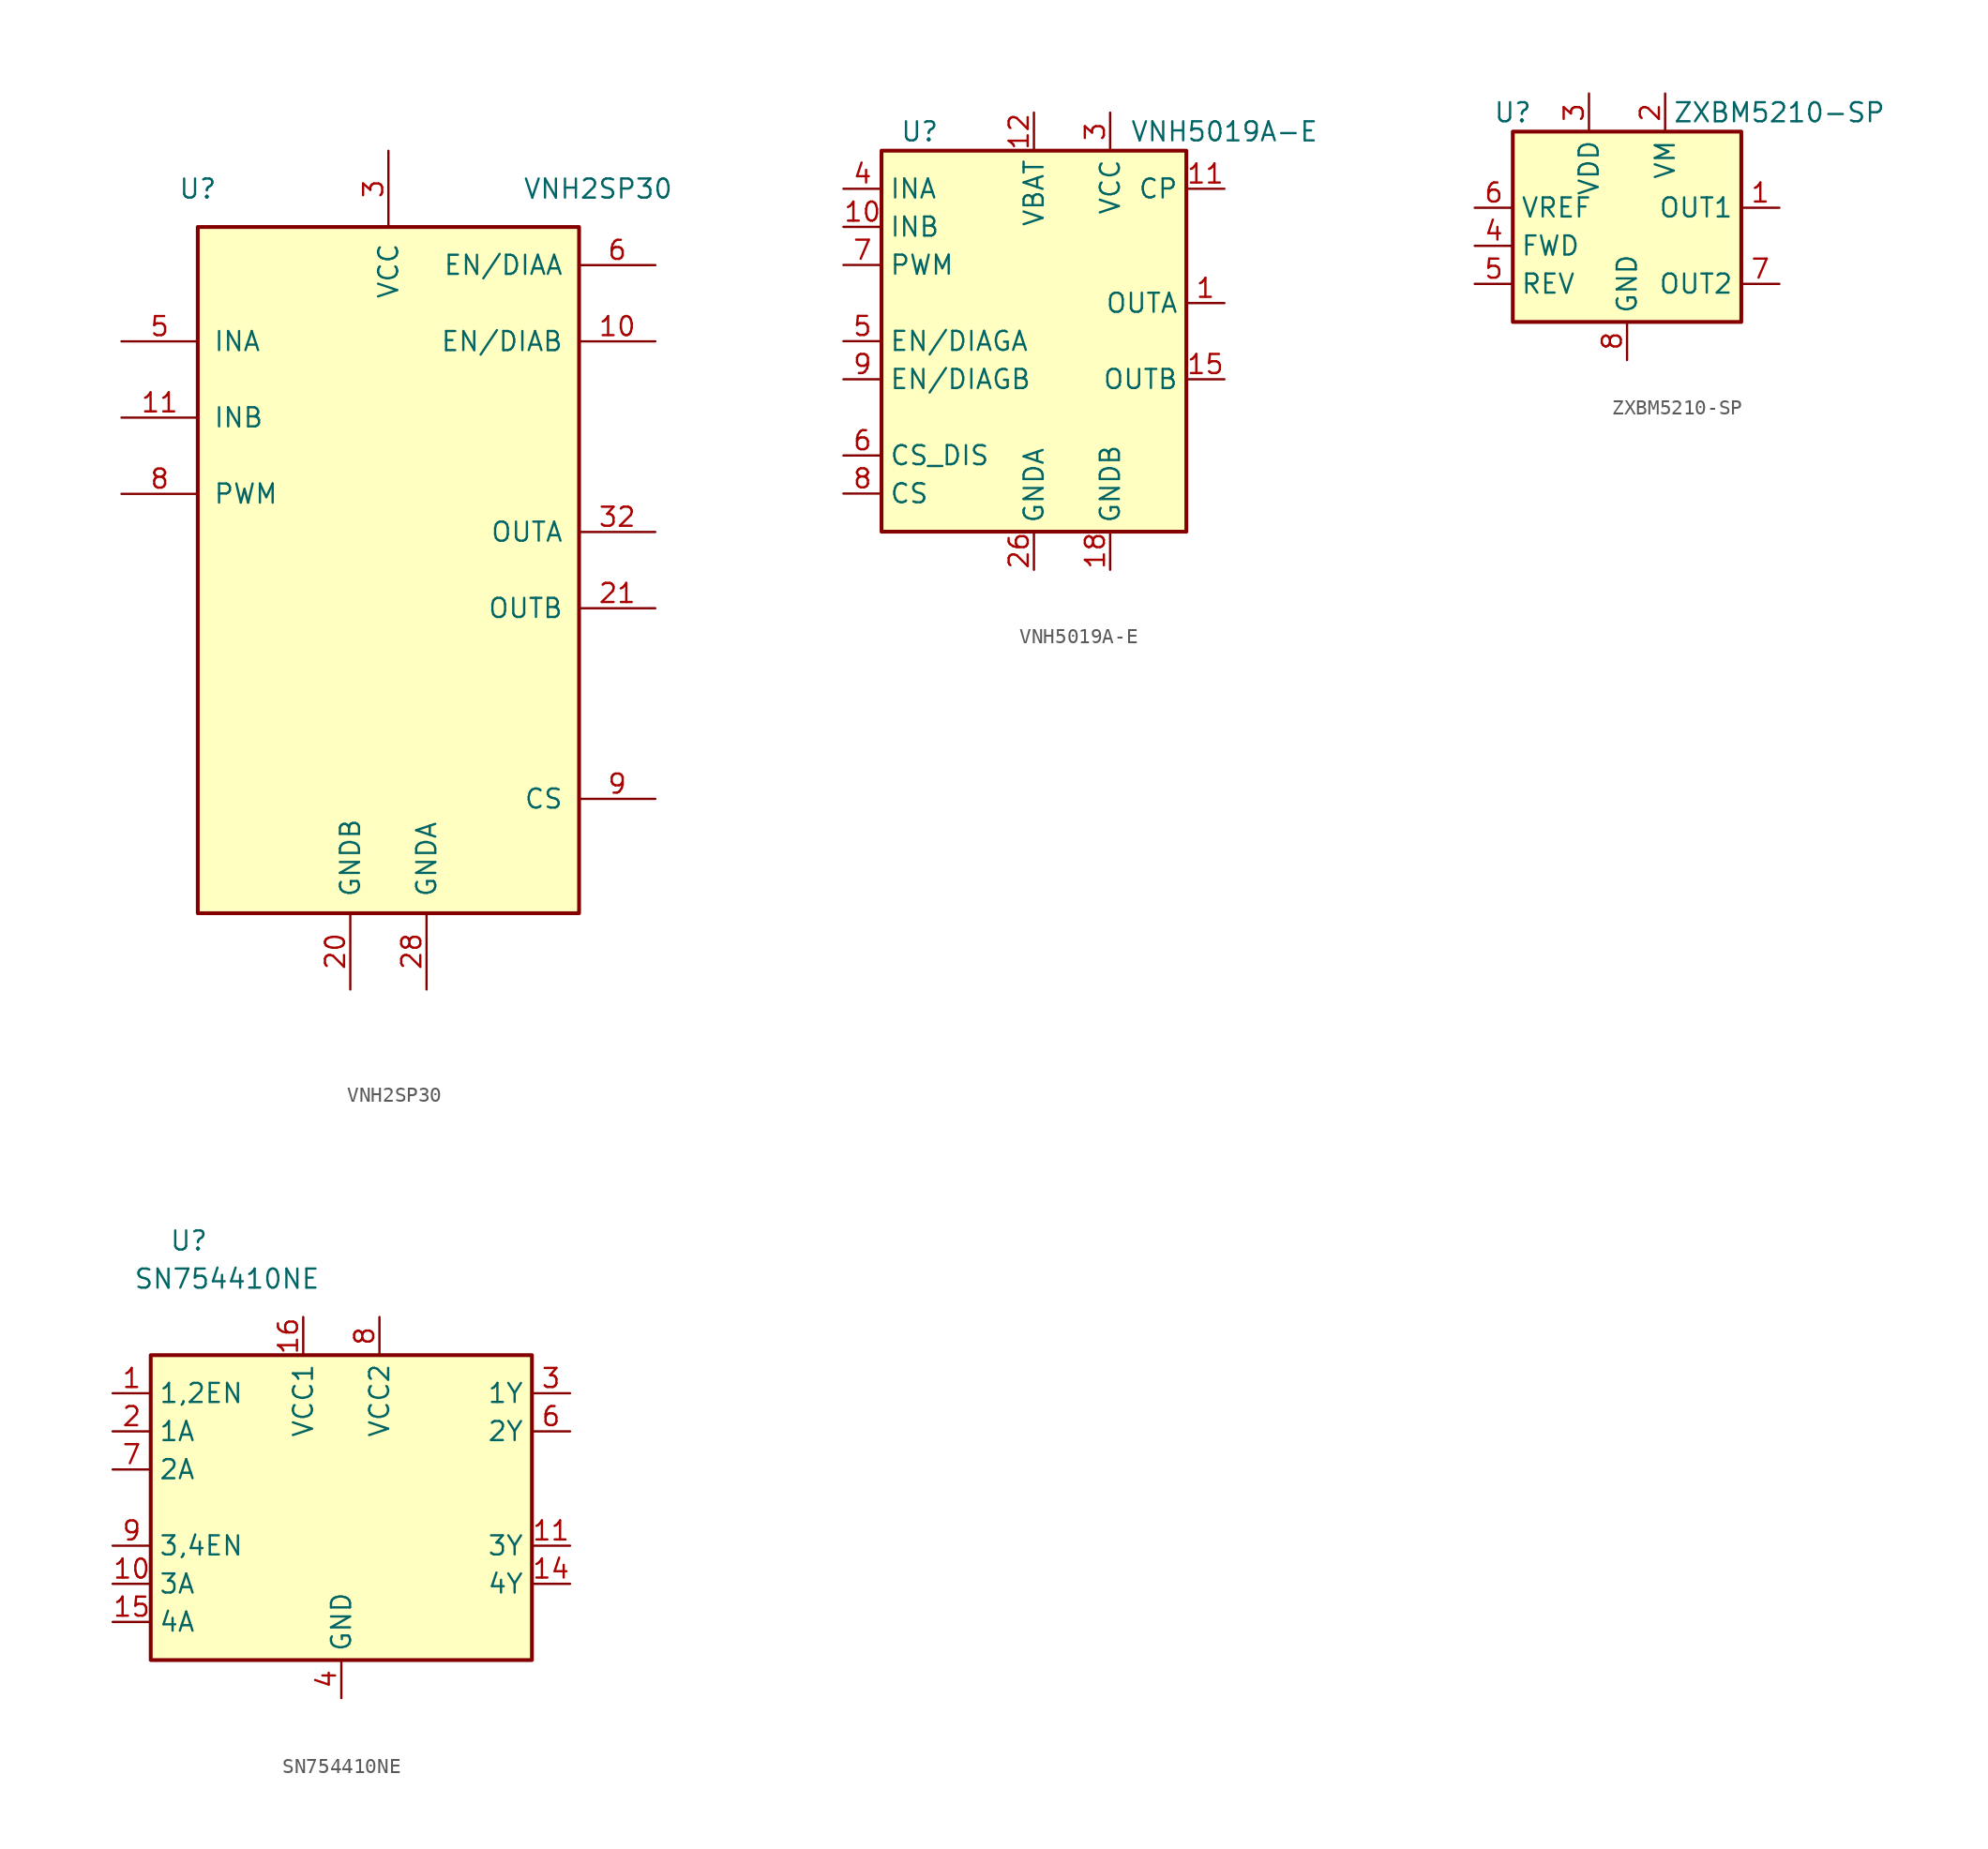
<source format=kicad_sym>
(kicad_symbol_lib
  (version 20201005)
  (generator kicad_symbol_editor)
  (symbol "Driver_Motor:VNH2SP30"
    (pin_names
      (offset 1.016))
    (property "Reference" "U"
      (at -12.7 25.4 0)
      (effects (font (size 1.27 1.27))))
    (property "Value" "VNH2SP30"
      (at 13.97 25.4 0)
      (effects (font (size 1.27 1.27))))
    (symbol "VNH2SP30_1_1"
      (rectangle (start -12.7 22.86) (end 12.7 -22.86) (stroke (width 0.254)) (fill (type background)))
      (pin passive line (at 17.78 2.54 180) (length 5.08) hide (name "OUTA" (effects (font (size 1.27 1.27)))) (number "1" (effects (font (size 1.27 1.27)))))
      (pin output line (at 17.78 15.24 180) (length 5.08) (name "EN/DIAB" (effects (font (size 1.27 1.27)))) (number "10" (effects (font (size 1.27 1.27)))))
      (pin input line (at -17.78 10.16 0) (length 5.08) (name "INB" (effects (font (size 1.27 1.27)))) (number "11" (effects (font (size 1.27 1.27)))))
      (pin no_connect line (at -17.78 -7.62 0) (length 5.08) hide (name "NC" (effects (font (size 1.27 1.27)))) (number "12" (effects (font (size 1.27 1.27)))))
      (pin passive line (at 0 27.94 270) (length 5.08) hide (name "VCC" (effects (font (size 1.27 1.27)))) (number "13" (effects (font (size 1.27 1.27)))))
      (pin no_connect line (at -17.78 -10.16 0) (length 5.08) hide (name "NC" (effects (font (size 1.27 1.27)))) (number "14" (effects (font (size 1.27 1.27)))))
      (pin passive line (at 17.78 -2.54 180) (length 5.08) hide (name "OUTB" (effects (font (size 1.27 1.27)))) (number "15" (effects (font (size 1.27 1.27)))))
      (pin passive line (at 17.78 -2.54 180) (length 5.08) hide (name "OUTB" (effects (font (size 1.27 1.27)))) (number "16" (effects (font (size 1.27 1.27)))))
      (pin no_connect line (at -17.78 -20.32 0) (length 5.08) hide (name "NC" (effects (font (size 1.27 1.27)))) (number "17" (effects (font (size 1.27 1.27)))))
      (pin passive line (at -2.54 -27.94 90) (length 5.08) hide (name "GNDB" (effects (font (size 1.27 1.27)))) (number "18" (effects (font (size 1.27 1.27)))))
      (pin passive line (at -2.54 -27.94 90) (length 5.08) hide (name "GNDB" (effects (font (size 1.27 1.27)))) (number "19" (effects (font (size 1.27 1.27)))))
      (pin no_connect line (at -17.78 0 0) (length 5.08) hide (name "NC" (effects (font (size 1.27 1.27)))) (number "2" (effects (font (size 1.27 1.27)))))
      (pin passive line (at -2.54 -27.94 90) (length 5.08) (name "GNDB" (effects (font (size 1.27 1.27)))) (number "20" (effects (font (size 1.27 1.27)))))
      (pin output line (at 17.78 -2.54 180) (length 5.08) (name "OUTB" (effects (font (size 1.27 1.27)))) (number "21" (effects (font (size 1.27 1.27)))))
      (pin no_connect line (at -17.78 -17.78 0) (length 5.08) hide (name "NC" (effects (font (size 1.27 1.27)))) (number "22" (effects (font (size 1.27 1.27)))))
      (pin passive line (at 0 27.94 270) (length 5.08) hide (name "VCC" (effects (font (size 1.27 1.27)))) (number "23" (effects (font (size 1.27 1.27)))))
      (pin no_connect line (at -17.78 -15.24 0) (length 5.08) hide (name "NC" (effects (font (size 1.27 1.27)))) (number "24" (effects (font (size 1.27 1.27)))))
      (pin passive line (at 17.78 2.54 180) (length 5.08) hide (name "OUTA" (effects (font (size 1.27 1.27)))) (number "25" (effects (font (size 1.27 1.27)))))
      (pin passive line (at 2.54 -27.94 90) (length 5.08) hide (name "GNDA" (effects (font (size 1.27 1.27)))) (number "26" (effects (font (size 1.27 1.27)))))
      (pin passive line (at 2.54 -27.94 90) (length 5.08) hide (name "GNDA" (effects (font (size 1.27 1.27)))) (number "27" (effects (font (size 1.27 1.27)))))
      (pin passive line (at 2.54 -27.94 90) (length 5.08) (name "GNDA" (effects (font (size 1.27 1.27)))) (number "28" (effects (font (size 1.27 1.27)))))
      (pin no_connect line (at -17.78 -12.7 0) (length 5.08) hide (name "NC" (effects (font (size 1.27 1.27)))) (number "29" (effects (font (size 1.27 1.27)))))
      (pin power_in line (at 0 27.94 270) (length 5.08) (name "VCC" (effects (font (size 1.27 1.27)))) (number "3" (effects (font (size 1.27 1.27)))))
      (pin passive line (at 17.78 2.54 180) (length 5.08) hide (name "OUTA" (effects (font (size 1.27 1.27)))) (number "30" (effects (font (size 1.27 1.27)))))
      (pin passive line (at 0 27.94 270) (length 5.08) hide (name "VCC" (effects (font (size 1.27 1.27)))) (number "31" (effects (font (size 1.27 1.27)))))
      (pin passive line (at 17.78 2.54 180) (length 5.08) (name "OUTA" (effects (font (size 1.27 1.27)))) (number "32" (effects (font (size 1.27 1.27)))))
      (pin passive line (at 17.78 -2.54 180) (length 5.08) hide (name "OUTB" (effects (font (size 1.27 1.27)))) (number "33" (effects (font (size 1.27 1.27)))))
      (pin no_connect line (at -17.78 -2.54 0) (length 5.08) hide (name "NC" (effects (font (size 1.27 1.27)))) (number "4" (effects (font (size 1.27 1.27)))))
      (pin input line (at -17.78 15.24 0) (length 5.08) (name "INA" (effects (font (size 1.27 1.27)))) (number "5" (effects (font (size 1.27 1.27)))))
      (pin output line (at 17.78 20.32 180) (length 5.08) (name "EN/DIAA" (effects (font (size 1.27 1.27)))) (number "6" (effects (font (size 1.27 1.27)))))
      (pin no_connect line (at -17.78 -5.08 0) (length 5.08) hide (name "NC" (effects (font (size 1.27 1.27)))) (number "7" (effects (font (size 1.27 1.27)))))
      (pin input line (at -17.78 5.08 0) (length 5.08) (name "PWM" (effects (font (size 1.27 1.27)))) (number "8" (effects (font (size 1.27 1.27)))))
      (pin output line (at 17.78 -15.24 180) (length 5.08) (name "CS" (effects (font (size 1.27 1.27)))) (number "9" (effects (font (size 1.27 1.27)))))))
  (symbol "Driver_Motor:VNH5019A-E"
    (property "Reference" "U"
      (at -7.62 13.97 0)
      (effects (font (size 1.27 1.27))))
    (property "Value" "VNH5019A-E"
      (at 12.7 13.97 0)
      (effects (font (size 1.27 1.27))))
    (symbol "VNH5019A-E_0_1"
      (rectangle (start -10.16 12.7) (end 10.16 -12.7) (stroke (width 0.254)) (fill (type background))))
    (symbol "VNH5019A-E_1_1"
      (pin output line (at 12.7 2.54 180) (length 2.54) (name "OUTA" (effects (font (size 1.27 1.27)))) (number "1" (effects (font (size 1.27 1.27)))))
      (pin input line (at -12.7 7.62 0) (length 2.54) (name "INB" (effects (font (size 1.27 1.27)))) (number "10" (effects (font (size 1.27 1.27)))))
      (pin output line (at 12.7 10.16 180) (length 2.54) (name "CP" (effects (font (size 1.27 1.27)))) (number "11" (effects (font (size 1.27 1.27)))))
      (pin power_in line (at 0 15.24 270) (length 2.54) (name "VBAT" (effects (font (size 1.27 1.27)))) (number "12" (effects (font (size 1.27 1.27)))))
      (pin passive line (at 5.08 15.24 270) (length 2.54) hide (name "VCC" (effects (font (size 1.27 1.27)))) (number "13" (effects (font (size 1.27 1.27)))))
      (pin no_connect line (at 10.16 -10.16 180) (length 2.54) hide (name "NC" (effects (font (size 1.27 1.27)))) (number "14" (effects (font (size 1.27 1.27)))))
      (pin output line (at 12.7 -2.54 180) (length 2.54) (name "OUTB" (effects (font (size 1.27 1.27)))) (number "15" (effects (font (size 1.27 1.27)))))
      (pin passive line (at 12.7 -2.54 180) (length 2.54) hide (name "OUTB" (effects (font (size 1.27 1.27)))) (number "16" (effects (font (size 1.27 1.27)))))
      (pin no_connect line (at 10.16 -5.08 180) (length 2.54) hide (name "NC" (effects (font (size 1.27 1.27)))) (number "17" (effects (font (size 1.27 1.27)))))
      (pin power_in line (at 5.08 -15.24 90) (length 2.54) (name "GNDB" (effects (font (size 1.27 1.27)))) (number "18" (effects (font (size 1.27 1.27)))))
      (pin passive line (at 5.08 -15.24 90) (length 2.54) hide (name "GNDB" (effects (font (size 1.27 1.27)))) (number "19" (effects (font (size 1.27 1.27)))))
      (pin no_connect line (at 10.16 -7.62 180) (length 2.54) hide (name "NC" (effects (font (size 1.27 1.27)))) (number "2" (effects (font (size 1.27 1.27)))))
      (pin passive line (at 5.08 -15.24 90) (length 2.54) hide (name "GNDB" (effects (font (size 1.27 1.27)))) (number "20" (effects (font (size 1.27 1.27)))))
      (pin passive line (at 12.7 -2.54 180) (length 2.54) hide (name "OUTB" (effects (font (size 1.27 1.27)))) (number "21" (effects (font (size 1.27 1.27)))))
      (pin no_connect line (at 10.16 0 180) (length 2.54) hide (name "NC" (effects (font (size 1.27 1.27)))) (number "22" (effects (font (size 1.27 1.27)))))
      (pin passive line (at 5.08 15.24 270) (length 2.54) hide (name "VCC" (effects (font (size 1.27 1.27)))) (number "23" (effects (font (size 1.27 1.27)))))
      (pin no_connect line (at 10.16 5.08 180) (length 2.54) hide (name "NC" (effects (font (size 1.27 1.27)))) (number "24" (effects (font (size 1.27 1.27)))))
      (pin passive line (at 12.7 2.54 180) (length 2.54) hide (name "OUTA" (effects (font (size 1.27 1.27)))) (number "25" (effects (font (size 1.27 1.27)))))
      (pin power_in line (at 0 -15.24 90) (length 2.54) (name "GNDA" (effects (font (size 1.27 1.27)))) (number "26" (effects (font (size 1.27 1.27)))))
      (pin passive line (at 0 -15.24 90) (length 2.54) hide (name "GNDA" (effects (font (size 1.27 1.27)))) (number "27" (effects (font (size 1.27 1.27)))))
      (pin passive line (at 0 -15.24 90) (length 2.54) hide (name "GNDA" (effects (font (size 1.27 1.27)))) (number "28" (effects (font (size 1.27 1.27)))))
      (pin no_connect line (at 10.16 7.62 180) (length 2.54) hide (name "NC" (effects (font (size 1.27 1.27)))) (number "29" (effects (font (size 1.27 1.27)))))
      (pin power_in line (at 5.08 15.24 270) (length 2.54) (name "VCC" (effects (font (size 1.27 1.27)))) (number "3" (effects (font (size 1.27 1.27)))))
      (pin passive line (at 12.7 2.54 180) (length 2.54) hide (name "OUTA" (effects (font (size 1.27 1.27)))) (number "30" (effects (font (size 1.27 1.27)))))
      (pin passive line (at 5.08 15.24 270) (length 2.54) hide (name "VCC" (effects (font (size 1.27 1.27)))) (number "31" (effects (font (size 1.27 1.27)))))
      (pin passive line (at 12.7 -2.54 180) (length 2.54) hide (name "OUTB" (effects (font (size 1.27 1.27)))) (number "32" (effects (font (size 1.27 1.27)))))
      (pin passive line (at 12.7 2.54 180) (length 2.54) hide (name "OUTA" (effects (font (size 1.27 1.27)))) (number "33" (effects (font (size 1.27 1.27)))))
      (pin input line (at -12.7 10.16 0) (length 2.54) (name "INA" (effects (font (size 1.27 1.27)))) (number "4" (effects (font (size 1.27 1.27)))))
      (pin open_collector line (at -12.7 0 0) (length 2.54) (name "EN/DIAGA" (effects (font (size 1.27 1.27)))) (number "5" (effects (font (size 1.27 1.27)))))
      (pin input line (at -12.7 -7.62 0) (length 2.54) (name "CS_DIS" (effects (font (size 1.27 1.27)))) (number "6" (effects (font (size 1.27 1.27)))))
      (pin input line (at -12.7 5.08 0) (length 2.54) (name "PWM" (effects (font (size 1.27 1.27)))) (number "7" (effects (font (size 1.27 1.27)))))
      (pin output line (at -12.7 -10.16 0) (length 2.54) (name "CS" (effects (font (size 1.27 1.27)))) (number "8" (effects (font (size 1.27 1.27)))))
      (pin open_collector line (at -12.7 -2.54 0) (length 2.54) (name "EN/DIAGB" (effects (font (size 1.27 1.27)))) (number "9" (effects (font (size 1.27 1.27)))))))
  (symbol "Driver_Motor:ZXBM5210-SP"
    (property "Reference" "U"
      (at -7.62 8.89 0)
      (effects (font (size 1.27 1.27))))
    (property "Value" "ZXBM5210-SP"
      (at 10.16 8.89 0)
      (effects (font (size 1.27 1.27))))
    (symbol "ZXBM5210-SP_0_0"
      (pin output line (at 10.16 2.54 180) (length 2.54) (name "OUT1" (effects (font (size 1.27 1.27)))) (number "1" (effects (font (size 1.27 1.27)))))
      (pin power_in line (at 2.54 10.16 270) (length 2.54) (name "VM" (effects (font (size 1.27 1.27)))) (number "2" (effects (font (size 1.27 1.27)))))
      (pin power_in line (at -2.54 10.16 270) (length 2.54) (name "VDD" (effects (font (size 1.27 1.27)))) (number "3" (effects (font (size 1.27 1.27)))))
      (pin input line (at -10.16 0 0) (length 2.54) (name "FWD" (effects (font (size 1.27 1.27)))) (number "4" (effects (font (size 1.27 1.27)))))
      (pin input line (at -10.16 -2.54 0) (length 2.54) (name "REV" (effects (font (size 1.27 1.27)))) (number "5" (effects (font (size 1.27 1.27)))))
      (pin input line (at -10.16 2.54 0) (length 2.54) (name "VREF" (effects (font (size 1.27 1.27)))) (number "6" (effects (font (size 1.27 1.27)))))
      (pin output line (at 10.16 -2.54 180) (length 2.54) (name "OUT2" (effects (font (size 1.27 1.27)))) (number "7" (effects (font (size 1.27 1.27)))))
      (pin power_in line (at 0 -7.62 90) (length 2.54) (name "GND" (effects (font (size 1.27 1.27)))) (number "8" (effects (font (size 1.27 1.27)))))
      (pin passive line (at 0 -7.62 90) (length 2.54) hide (name "GND" (effects (font (size 1.27 1.27)))) (number "9" (effects (font (size 1.27 1.27))))))
    (symbol "ZXBM5210-SP_0_1"
      (rectangle (start -7.62 7.62) (end 7.62 -5.08) (stroke (width 0.254)) (fill (type background)))))
  (symbol "SN:SN754410NE"
    (property "Reference" "U"
      (at -10.16 17.78 0)
      (effects (font (size 1.27 1.27))))
    (property "Value" "SN754410NE"
      (at -7.62 15.24 0)
      (effects (font (size 1.27 1.27))))
    (symbol "SN754410NE_0_1"
      (rectangle (start -12.7 10.16) (end 12.7 -10.16) (stroke (width 0.254)) (fill (type background))))
    (symbol "SN754410NE_1_1"
      (pin input line (at -15.24 7.62 0) (length 2.54) (name "1,2EN" (effects (font (size 1.27 1.27)))) (number "1" (effects (font (size 1.27 1.27)))))
      (pin input line (at -15.24 -5.08 0) (length 2.54) (name "3A" (effects (font (size 1.27 1.27)))) (number "10" (effects (font (size 1.27 1.27)))))
      (pin output line (at 15.24 -2.54 180) (length 2.54) (name "3Y" (effects (font (size 1.27 1.27)))) (number "11" (effects (font (size 1.27 1.27)))))
      (pin passive line (at 0 -12.7 90) (length 2.54) hide (name "GND" (effects (font (size 1.27 1.27)))) (number "12" (effects (font (size 1.27 1.27)))))
      (pin passive line (at 0 -12.7 90) (length 2.54) hide (name "GND" (effects (font (size 1.27 1.27)))) (number "13" (effects (font (size 1.27 1.27)))))
      (pin output line (at 15.24 -5.08 180) (length 2.54) (name "4Y" (effects (font (size 1.27 1.27)))) (number "14" (effects (font (size 1.27 1.27)))))
      (pin input line (at -15.24 -7.62 0) (length 2.54) (name "4A" (effects (font (size 1.27 1.27)))) (number "15" (effects (font (size 1.27 1.27)))))
      (pin power_in line (at -2.54 12.7 270) (length 2.54) (name "VCC1" (effects (font (size 1.27 1.27)))) (number "16" (effects (font (size 1.27 1.27)))))
      (pin input line (at -15.24 5.08 0) (length 2.54) (name "1A" (effects (font (size 1.27 1.27)))) (number "2" (effects (font (size 1.27 1.27)))))
      (pin output line (at 15.24 7.62 180) (length 2.54) (name "1Y" (effects (font (size 1.27 1.27)))) (number "3" (effects (font (size 1.27 1.27)))))
      (pin power_in line (at 0 -12.7 90) (length 2.54) (name "GND" (effects (font (size 1.27 1.27)))) (number "4" (effects (font (size 1.27 1.27)))))
      (pin passive line (at 0 -12.7 90) (length 2.54) hide (name "GND" (effects (font (size 1.27 1.27)))) (number "5" (effects (font (size 1.27 1.27)))))
      (pin output line (at 15.24 5.08 180) (length 2.54) (name "2Y" (effects (font (size 1.27 1.27)))) (number "6" (effects (font (size 1.27 1.27)))))
      (pin input line (at -15.24 2.54 0) (length 2.54) (name "2A" (effects (font (size 1.27 1.27)))) (number "7" (effects (font (size 1.27 1.27)))))
      (pin power_in line (at 2.54 12.7 270) (length 2.54) (name "VCC2" (effects (font (size 1.27 1.27)))) (number "8" (effects (font (size 1.27 1.27)))))
      (pin input line (at -15.24 -2.54 0) (length 2.54) (name "3,4EN" (effects (font (size 1.27 1.27)))) (number "9" (effects (font (size 1.27 1.27))))))))
</source>
